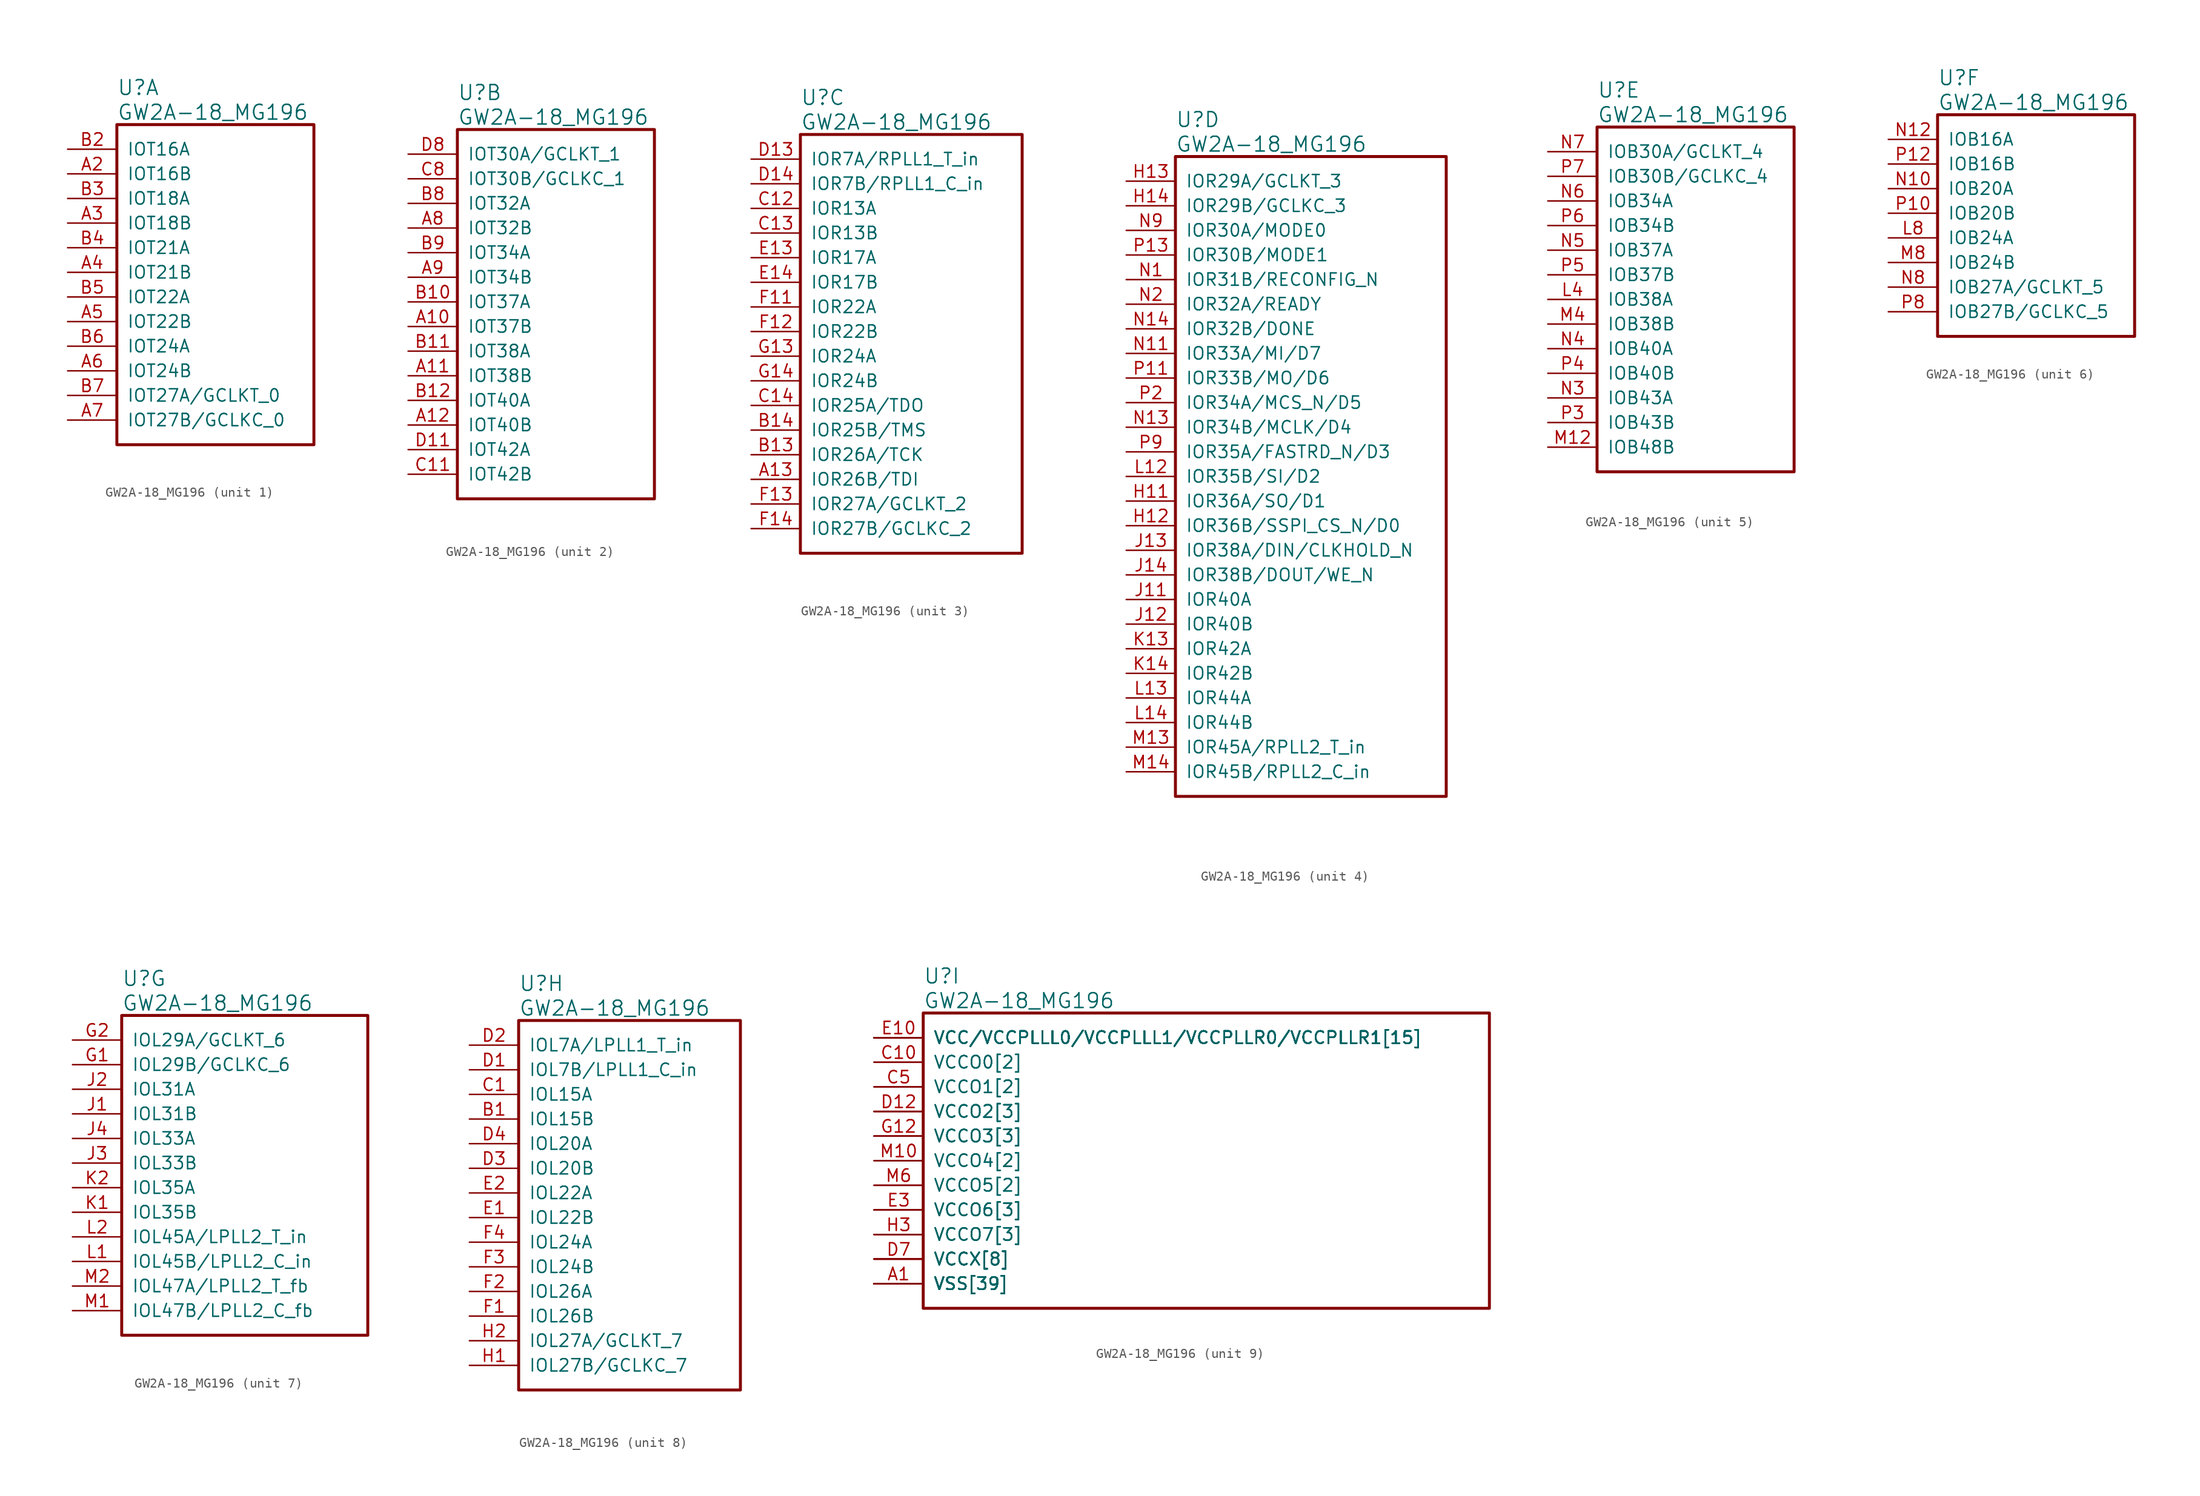
<source format=kicad_sym>
(kicad_symbol_lib
  (version 20220914)
  (generator kicad_symbol_editor)
  (symbol "GW2A-18_MG196"
    (pin_names
      (offset 1.016))
    (property "Reference" "U"
      (at 5.08 6.35 0)
      (effects (font (size 1.524 1.524)) (justify left)))
    (property "Value" "GW2A-18_MG196"
      (at 5.08 3.81 0)
      (effects (font (size 1.524 1.524)) (justify left)))
    (property "ki_locked" ""
      (at 0 0 0)
      (effects (font (size 1.27 1.27))))
    (symbol "GW2A-18_MG196_1_1"
      (rectangle (start 5.08 2.54) (end 25.4 -30.48) (stroke (width 0.305) (type solid)) (fill (type none)))
      (pin bidirectional line (at 0 -2.54 0) (length 5.08) (name "IOT16B" (effects (font (size 1.27 1.27)))) (number "A2" (effects (font (size 1.27 1.27)))))
      (pin bidirectional line (at 0 -7.62 0) (length 5.08) (name "IOT18B" (effects (font (size 1.27 1.27)))) (number "A3" (effects (font (size 1.27 1.27)))))
      (pin bidirectional line (at 0 -12.7 0) (length 5.08) (name "IOT21B" (effects (font (size 1.27 1.27)))) (number "A4" (effects (font (size 1.27 1.27)))))
      (pin bidirectional line (at 0 -17.78 0) (length 5.08) (name "IOT22B" (effects (font (size 1.27 1.27)))) (number "A5" (effects (font (size 1.27 1.27)))))
      (pin bidirectional line (at 0 -22.86 0) (length 5.08) (name "IOT24B" (effects (font (size 1.27 1.27)))) (number "A6" (effects (font (size 1.27 1.27)))))
      (pin bidirectional line (at 0 -27.94 0) (length 5.08) (name "IOT27B/GCLKC_0" (effects (font (size 1.27 1.27)))) (number "A7" (effects (font (size 1.27 1.27)))))
      (pin bidirectional line (at 0 0 0) (length 5.08) (name "IOT16A" (effects (font (size 1.27 1.27)))) (number "B2" (effects (font (size 1.27 1.27)))))
      (pin bidirectional line (at 0 -5.08 0) (length 5.08) (name "IOT18A" (effects (font (size 1.27 1.27)))) (number "B3" (effects (font (size 1.27 1.27)))))
      (pin bidirectional line (at 0 -10.16 0) (length 5.08) (name "IOT21A" (effects (font (size 1.27 1.27)))) (number "B4" (effects (font (size 1.27 1.27)))))
      (pin bidirectional line (at 0 -15.24 0) (length 5.08) (name "IOT22A" (effects (font (size 1.27 1.27)))) (number "B5" (effects (font (size 1.27 1.27)))))
      (pin bidirectional line (at 0 -20.32 0) (length 5.08) (name "IOT24A" (effects (font (size 1.27 1.27)))) (number "B6" (effects (font (size 1.27 1.27)))))
      (pin bidirectional line (at 0 -25.4 0) (length 5.08) (name "IOT27A/GCLKT_0" (effects (font (size 1.27 1.27)))) (number "B7" (effects (font (size 1.27 1.27))))))
    (symbol "GW2A-18_MG196_2_1"
      (rectangle (start 5.08 2.54) (end 25.4 -35.56) (stroke (width 0.305) (type solid)) (fill (type none)))
      (pin bidirectional line (at 0 -17.78 0) (length 5.08) (name "IOT37B" (effects (font (size 1.27 1.27)))) (number "A10" (effects (font (size 1.27 1.27)))))
      (pin bidirectional line (at 0 -22.86 0) (length 5.08) (name "IOT38B" (effects (font (size 1.27 1.27)))) (number "A11" (effects (font (size 1.27 1.27)))))
      (pin bidirectional line (at 0 -27.94 0) (length 5.08) (name "IOT40B" (effects (font (size 1.27 1.27)))) (number "A12" (effects (font (size 1.27 1.27)))))
      (pin bidirectional line (at 0 -7.62 0) (length 5.08) (name "IOT32B" (effects (font (size 1.27 1.27)))) (number "A8" (effects (font (size 1.27 1.27)))))
      (pin bidirectional line (at 0 -12.7 0) (length 5.08) (name "IOT34B" (effects (font (size 1.27 1.27)))) (number "A9" (effects (font (size 1.27 1.27)))))
      (pin bidirectional line (at 0 -15.24 0) (length 5.08) (name "IOT37A" (effects (font (size 1.27 1.27)))) (number "B10" (effects (font (size 1.27 1.27)))))
      (pin bidirectional line (at 0 -20.32 0) (length 5.08) (name "IOT38A" (effects (font (size 1.27 1.27)))) (number "B11" (effects (font (size 1.27 1.27)))))
      (pin bidirectional line (at 0 -25.4 0) (length 5.08) (name "IOT40A" (effects (font (size 1.27 1.27)))) (number "B12" (effects (font (size 1.27 1.27)))))
      (pin bidirectional line (at 0 -5.08 0) (length 5.08) (name "IOT32A" (effects (font (size 1.27 1.27)))) (number "B8" (effects (font (size 1.27 1.27)))))
      (pin bidirectional line (at 0 -10.16 0) (length 5.08) (name "IOT34A" (effects (font (size 1.27 1.27)))) (number "B9" (effects (font (size 1.27 1.27)))))
      (pin bidirectional line (at 0 -33.02 0) (length 5.08) (name "IOT42B" (effects (font (size 1.27 1.27)))) (number "C11" (effects (font (size 1.27 1.27)))))
      (pin bidirectional line (at 0 -2.54 0) (length 5.08) (name "IOT30B/GCLKC_1" (effects (font (size 1.27 1.27)))) (number "C8" (effects (font (size 1.27 1.27)))))
      (pin bidirectional line (at 0 -30.48 0) (length 5.08) (name "IOT42A" (effects (font (size 1.27 1.27)))) (number "D11" (effects (font (size 1.27 1.27)))))
      (pin bidirectional line (at 0 0 0) (length 5.08) (name "IOT30A/GCLKT_1" (effects (font (size 1.27 1.27)))) (number "D8" (effects (font (size 1.27 1.27))))))
    (symbol "GW2A-18_MG196_3_1"
      (rectangle (start 5.08 2.54) (end 27.94 -40.64) (stroke (width 0.305) (type solid)) (fill (type none)))
      (pin bidirectional line (at 0 -33.02 0) (length 5.08) (name "IOR26B/TDI" (effects (font (size 1.27 1.27)))) (number "A13" (effects (font (size 1.27 1.27)))))
      (pin bidirectional line (at 0 -30.48 0) (length 5.08) (name "IOR26A/TCK" (effects (font (size 1.27 1.27)))) (number "B13" (effects (font (size 1.27 1.27)))))
      (pin bidirectional line (at 0 -27.94 0) (length 5.08) (name "IOR25B/TMS" (effects (font (size 1.27 1.27)))) (number "B14" (effects (font (size 1.27 1.27)))))
      (pin bidirectional line (at 0 -5.08 0) (length 5.08) (name "IOR13A" (effects (font (size 1.27 1.27)))) (number "C12" (effects (font (size 1.27 1.27)))))
      (pin bidirectional line (at 0 -7.62 0) (length 5.08) (name "IOR13B" (effects (font (size 1.27 1.27)))) (number "C13" (effects (font (size 1.27 1.27)))))
      (pin bidirectional line (at 0 -25.4 0) (length 5.08) (name "IOR25A/TDO" (effects (font (size 1.27 1.27)))) (number "C14" (effects (font (size 1.27 1.27)))))
      (pin bidirectional line (at 0 0 0) (length 5.08) (name "IOR7A/RPLL1_T_in" (effects (font (size 1.27 1.27)))) (number "D13" (effects (font (size 1.27 1.27)))))
      (pin bidirectional line (at 0 -2.54 0) (length 5.08) (name "IOR7B/RPLL1_C_in" (effects (font (size 1.27 1.27)))) (number "D14" (effects (font (size 1.27 1.27)))))
      (pin bidirectional line (at 0 -10.16 0) (length 5.08) (name "IOR17A" (effects (font (size 1.27 1.27)))) (number "E13" (effects (font (size 1.27 1.27)))))
      (pin bidirectional line (at 0 -12.7 0) (length 5.08) (name "IOR17B" (effects (font (size 1.27 1.27)))) (number "E14" (effects (font (size 1.27 1.27)))))
      (pin bidirectional line (at 0 -15.24 0) (length 5.08) (name "IOR22A" (effects (font (size 1.27 1.27)))) (number "F11" (effects (font (size 1.27 1.27)))))
      (pin bidirectional line (at 0 -17.78 0) (length 5.08) (name "IOR22B" (effects (font (size 1.27 1.27)))) (number "F12" (effects (font (size 1.27 1.27)))))
      (pin bidirectional line (at 0 -35.56 0) (length 5.08) (name "IOR27A/GCLKT_2" (effects (font (size 1.27 1.27)))) (number "F13" (effects (font (size 1.27 1.27)))))
      (pin bidirectional line (at 0 -38.1 0) (length 5.08) (name "IOR27B/GCLKC_2" (effects (font (size 1.27 1.27)))) (number "F14" (effects (font (size 1.27 1.27)))))
      (pin bidirectional line (at 0 -20.32 0) (length 5.08) (name "IOR24A" (effects (font (size 1.27 1.27)))) (number "G13" (effects (font (size 1.27 1.27)))))
      (pin bidirectional line (at 0 -22.86 0) (length 5.08) (name "IOR24B" (effects (font (size 1.27 1.27)))) (number "G14" (effects (font (size 1.27 1.27))))))
    (symbol "GW2A-18_MG196_4_1"
      (rectangle (start 5.08 2.54) (end 33.02 -63.5) (stroke (width 0.305) (type solid)) (fill (type none)))
      (pin bidirectional line (at 0 -33.02 0) (length 5.08) (name "IOR36A/SO/D1" (effects (font (size 1.27 1.27)))) (number "H11" (effects (font (size 1.27 1.27)))))
      (pin bidirectional line (at 0 -35.56 0) (length 5.08) (name "IOR36B/SSPI_CS_N/D0" (effects (font (size 1.27 1.27)))) (number "H12" (effects (font (size 1.27 1.27)))))
      (pin bidirectional line (at 0 0 0) (length 5.08) (name "IOR29A/GCLKT_3" (effects (font (size 1.27 1.27)))) (number "H13" (effects (font (size 1.27 1.27)))))
      (pin bidirectional line (at 0 -2.54 0) (length 5.08) (name "IOR29B/GCLKC_3" (effects (font (size 1.27 1.27)))) (number "H14" (effects (font (size 1.27 1.27)))))
      (pin bidirectional line (at 0 -43.18 0) (length 5.08) (name "IOR40A" (effects (font (size 1.27 1.27)))) (number "J11" (effects (font (size 1.27 1.27)))))
      (pin bidirectional line (at 0 -45.72 0) (length 5.08) (name "IOR40B" (effects (font (size 1.27 1.27)))) (number "J12" (effects (font (size 1.27 1.27)))))
      (pin bidirectional line (at 0 -38.1 0) (length 5.08) (name "IOR38A/DIN/CLKHOLD_N" (effects (font (size 1.27 1.27)))) (number "J13" (effects (font (size 1.27 1.27)))))
      (pin bidirectional line (at 0 -40.64 0) (length 5.08) (name "IOR38B/DOUT/WE_N" (effects (font (size 1.27 1.27)))) (number "J14" (effects (font (size 1.27 1.27)))))
      (pin bidirectional line (at 0 -48.26 0) (length 5.08) (name "IOR42A" (effects (font (size 1.27 1.27)))) (number "K13" (effects (font (size 1.27 1.27)))))
      (pin bidirectional line (at 0 -50.8 0) (length 5.08) (name "IOR42B" (effects (font (size 1.27 1.27)))) (number "K14" (effects (font (size 1.27 1.27)))))
      (pin bidirectional line (at 0 -30.48 0) (length 5.08) (name "IOR35B/SI/D2" (effects (font (size 1.27 1.27)))) (number "L12" (effects (font (size 1.27 1.27)))))
      (pin bidirectional line (at 0 -53.34 0) (length 5.08) (name "IOR44A" (effects (font (size 1.27 1.27)))) (number "L13" (effects (font (size 1.27 1.27)))))
      (pin bidirectional line (at 0 -55.88 0) (length 5.08) (name "IOR44B" (effects (font (size 1.27 1.27)))) (number "L14" (effects (font (size 1.27 1.27)))))
      (pin bidirectional line (at 0 -58.42 0) (length 5.08) (name "IOR45A/RPLL2_T_in" (effects (font (size 1.27 1.27)))) (number "M13" (effects (font (size 1.27 1.27)))))
      (pin bidirectional line (at 0 -60.96 0) (length 5.08) (name "IOR45B/RPLL2_C_in" (effects (font (size 1.27 1.27)))) (number "M14" (effects (font (size 1.27 1.27)))))
      (pin bidirectional line (at 0 -10.16 0) (length 5.08) (name "IOR31B/RECONFIG_N" (effects (font (size 1.27 1.27)))) (number "N1" (effects (font (size 1.27 1.27)))))
      (pin bidirectional line (at 0 -17.78 0) (length 5.08) (name "IOR33A/MI/D7" (effects (font (size 1.27 1.27)))) (number "N11" (effects (font (size 1.27 1.27)))))
      (pin bidirectional line (at 0 -25.4 0) (length 5.08) (name "IOR34B/MCLK/D4" (effects (font (size 1.27 1.27)))) (number "N13" (effects (font (size 1.27 1.27)))))
      (pin bidirectional line (at 0 -15.24 0) (length 5.08) (name "IOR32B/DONE" (effects (font (size 1.27 1.27)))) (number "N14" (effects (font (size 1.27 1.27)))))
      (pin bidirectional line (at 0 -12.7 0) (length 5.08) (name "IOR32A/READY" (effects (font (size 1.27 1.27)))) (number "N2" (effects (font (size 1.27 1.27)))))
      (pin bidirectional line (at 0 -5.08 0) (length 5.08) (name "IOR30A/MODE0" (effects (font (size 1.27 1.27)))) (number "N9" (effects (font (size 1.27 1.27)))))
      (pin bidirectional line (at 0 -20.32 0) (length 5.08) (name "IOR33B/MO/D6" (effects (font (size 1.27 1.27)))) (number "P11" (effects (font (size 1.27 1.27)))))
      (pin bidirectional line (at 0 -7.62 0) (length 5.08) (name "IOR30B/MODE1" (effects (font (size 1.27 1.27)))) (number "P13" (effects (font (size 1.27 1.27)))))
      (pin bidirectional line (at 0 -22.86 0) (length 5.08) (name "IOR34A/MCS_N/D5" (effects (font (size 1.27 1.27)))) (number "P2" (effects (font (size 1.27 1.27)))))
      (pin bidirectional line (at 0 -27.94 0) (length 5.08) (name "IOR35A/FASTRD_N/D3" (effects (font (size 1.27 1.27)))) (number "P9" (effects (font (size 1.27 1.27))))))
    (symbol "GW2A-18_MG196_5_1"
      (rectangle (start 5.08 2.54) (end 25.4 -33.02) (stroke (width 0.305) (type solid)) (fill (type none)))
      (pin bidirectional line (at 0 -15.24 0) (length 5.08) (name "IOB38A" (effects (font (size 1.27 1.27)))) (number "L4" (effects (font (size 1.27 1.27)))))
      (pin bidirectional line (at 0 -30.48 0) (length 5.08) (name "IOB48B" (effects (font (size 1.27 1.27)))) (number "M12" (effects (font (size 1.27 1.27)))))
      (pin bidirectional line (at 0 -17.78 0) (length 5.08) (name "IOB38B" (effects (font (size 1.27 1.27)))) (number "M4" (effects (font (size 1.27 1.27)))))
      (pin bidirectional line (at 0 -25.4 0) (length 5.08) (name "IOB43A" (effects (font (size 1.27 1.27)))) (number "N3" (effects (font (size 1.27 1.27)))))
      (pin bidirectional line (at 0 -20.32 0) (length 5.08) (name "IOB40A" (effects (font (size 1.27 1.27)))) (number "N4" (effects (font (size 1.27 1.27)))))
      (pin bidirectional line (at 0 -10.16 0) (length 5.08) (name "IOB37A" (effects (font (size 1.27 1.27)))) (number "N5" (effects (font (size 1.27 1.27)))))
      (pin bidirectional line (at 0 -5.08 0) (length 5.08) (name "IOB34A" (effects (font (size 1.27 1.27)))) (number "N6" (effects (font (size 1.27 1.27)))))
      (pin bidirectional line (at 0 0 0) (length 5.08) (name "IOB30A/GCLKT_4" (effects (font (size 1.27 1.27)))) (number "N7" (effects (font (size 1.27 1.27)))))
      (pin bidirectional line (at 0 -27.94 0) (length 5.08) (name "IOB43B" (effects (font (size 1.27 1.27)))) (number "P3" (effects (font (size 1.27 1.27)))))
      (pin bidirectional line (at 0 -22.86 0) (length 5.08) (name "IOB40B" (effects (font (size 1.27 1.27)))) (number "P4" (effects (font (size 1.27 1.27)))))
      (pin bidirectional line (at 0 -12.7 0) (length 5.08) (name "IOB37B" (effects (font (size 1.27 1.27)))) (number "P5" (effects (font (size 1.27 1.27)))))
      (pin bidirectional line (at 0 -7.62 0) (length 5.08) (name "IOB34B" (effects (font (size 1.27 1.27)))) (number "P6" (effects (font (size 1.27 1.27)))))
      (pin bidirectional line (at 0 -2.54 0) (length 5.08) (name "IOB30B/GCLKC_4" (effects (font (size 1.27 1.27)))) (number "P7" (effects (font (size 1.27 1.27))))))
    (symbol "GW2A-18_MG196_6_1"
      (rectangle (start 5.08 2.54) (end 25.4 -20.32) (stroke (width 0.305) (type solid)) (fill (type none)))
      (pin bidirectional line (at 0 -10.16 0) (length 5.08) (name "IOB24A" (effects (font (size 1.27 1.27)))) (number "L8" (effects (font (size 1.27 1.27)))))
      (pin bidirectional line (at 0 -12.7 0) (length 5.08) (name "IOB24B" (effects (font (size 1.27 1.27)))) (number "M8" (effects (font (size 1.27 1.27)))))
      (pin bidirectional line (at 0 -5.08 0) (length 5.08) (name "IOB20A" (effects (font (size 1.27 1.27)))) (number "N10" (effects (font (size 1.27 1.27)))))
      (pin bidirectional line (at 0 0 0) (length 5.08) (name "IOB16A" (effects (font (size 1.27 1.27)))) (number "N12" (effects (font (size 1.27 1.27)))))
      (pin bidirectional line (at 0 -15.24 0) (length 5.08) (name "IOB27A/GCLKT_5" (effects (font (size 1.27 1.27)))) (number "N8" (effects (font (size 1.27 1.27)))))
      (pin bidirectional line (at 0 -7.62 0) (length 5.08) (name "IOB20B" (effects (font (size 1.27 1.27)))) (number "P10" (effects (font (size 1.27 1.27)))))
      (pin bidirectional line (at 0 -2.54 0) (length 5.08) (name "IOB16B" (effects (font (size 1.27 1.27)))) (number "P12" (effects (font (size 1.27 1.27)))))
      (pin bidirectional line (at 0 -17.78 0) (length 5.08) (name "IOB27B/GCLKC_5" (effects (font (size 1.27 1.27)))) (number "P8" (effects (font (size 1.27 1.27))))))
    (symbol "GW2A-18_MG196_7_1"
      (rectangle (start 5.08 2.54) (end 30.48 -30.48) (stroke (width 0.305) (type solid)) (fill (type none)))
      (pin bidirectional line (at 0 -2.54 0) (length 5.08) (name "IOL29B/GCLKC_6" (effects (font (size 1.27 1.27)))) (number "G1" (effects (font (size 1.27 1.27)))))
      (pin bidirectional line (at 0 0 0) (length 5.08) (name "IOL29A/GCLKT_6" (effects (font (size 1.27 1.27)))) (number "G2" (effects (font (size 1.27 1.27)))))
      (pin bidirectional line (at 0 -7.62 0) (length 5.08) (name "IOL31B" (effects (font (size 1.27 1.27)))) (number "J1" (effects (font (size 1.27 1.27)))))
      (pin bidirectional line (at 0 -5.08 0) (length 5.08) (name "IOL31A" (effects (font (size 1.27 1.27)))) (number "J2" (effects (font (size 1.27 1.27)))))
      (pin bidirectional line (at 0 -12.7 0) (length 5.08) (name "IOL33B" (effects (font (size 1.27 1.27)))) (number "J3" (effects (font (size 1.27 1.27)))))
      (pin bidirectional line (at 0 -10.16 0) (length 5.08) (name "IOL33A" (effects (font (size 1.27 1.27)))) (number "J4" (effects (font (size 1.27 1.27)))))
      (pin bidirectional line (at 0 -17.78 0) (length 5.08) (name "IOL35B" (effects (font (size 1.27 1.27)))) (number "K1" (effects (font (size 1.27 1.27)))))
      (pin bidirectional line (at 0 -15.24 0) (length 5.08) (name "IOL35A" (effects (font (size 1.27 1.27)))) (number "K2" (effects (font (size 1.27 1.27)))))
      (pin bidirectional line (at 0 -22.86 0) (length 5.08) (name "IOL45B/LPLL2_C_in" (effects (font (size 1.27 1.27)))) (number "L1" (effects (font (size 1.27 1.27)))))
      (pin bidirectional line (at 0 -20.32 0) (length 5.08) (name "IOL45A/LPLL2_T_in" (effects (font (size 1.27 1.27)))) (number "L2" (effects (font (size 1.27 1.27)))))
      (pin bidirectional line (at 0 -27.94 0) (length 5.08) (name "IOL47B/LPLL2_C_fb" (effects (font (size 1.27 1.27)))) (number "M1" (effects (font (size 1.27 1.27)))))
      (pin bidirectional line (at 0 -25.4 0) (length 5.08) (name "IOL47A/LPLL2_T_fb" (effects (font (size 1.27 1.27)))) (number "M2" (effects (font (size 1.27 1.27))))))
    (symbol "GW2A-18_MG196_8_1"
      (rectangle (start 5.08 2.54) (end 27.94 -35.56) (stroke (width 0.305) (type solid)) (fill (type none)))
      (pin bidirectional line (at 0 -7.62 0) (length 5.08) (name "IOL15B" (effects (font (size 1.27 1.27)))) (number "B1" (effects (font (size 1.27 1.27)))))
      (pin bidirectional line (at 0 -5.08 0) (length 5.08) (name "IOL15A" (effects (font (size 1.27 1.27)))) (number "C1" (effects (font (size 1.27 1.27)))))
      (pin bidirectional line (at 0 -2.54 0) (length 5.08) (name "IOL7B/LPLL1_C_in" (effects (font (size 1.27 1.27)))) (number "D1" (effects (font (size 1.27 1.27)))))
      (pin bidirectional line (at 0 0 0) (length 5.08) (name "IOL7A/LPLL1_T_in" (effects (font (size 1.27 1.27)))) (number "D2" (effects (font (size 1.27 1.27)))))
      (pin bidirectional line (at 0 -12.7 0) (length 5.08) (name "IOL20B" (effects (font (size 1.27 1.27)))) (number "D3" (effects (font (size 1.27 1.27)))))
      (pin bidirectional line (at 0 -10.16 0) (length 5.08) (name "IOL20A" (effects (font (size 1.27 1.27)))) (number "D4" (effects (font (size 1.27 1.27)))))
      (pin bidirectional line (at 0 -17.78 0) (length 5.08) (name "IOL22B" (effects (font (size 1.27 1.27)))) (number "E1" (effects (font (size 1.27 1.27)))))
      (pin bidirectional line (at 0 -15.24 0) (length 5.08) (name "IOL22A" (effects (font (size 1.27 1.27)))) (number "E2" (effects (font (size 1.27 1.27)))))
      (pin bidirectional line (at 0 -27.94 0) (length 5.08) (name "IOL26B" (effects (font (size 1.27 1.27)))) (number "F1" (effects (font (size 1.27 1.27)))))
      (pin bidirectional line (at 0 -25.4 0) (length 5.08) (name "IOL26A" (effects (font (size 1.27 1.27)))) (number "F2" (effects (font (size 1.27 1.27)))))
      (pin bidirectional line (at 0 -22.86 0) (length 5.08) (name "IOL24B" (effects (font (size 1.27 1.27)))) (number "F3" (effects (font (size 1.27 1.27)))))
      (pin bidirectional line (at 0 -20.32 0) (length 5.08) (name "IOL24A" (effects (font (size 1.27 1.27)))) (number "F4" (effects (font (size 1.27 1.27)))))
      (pin bidirectional line (at 0 -33.02 0) (length 5.08) (name "IOL27B/GCLKC_7" (effects (font (size 1.27 1.27)))) (number "H1" (effects (font (size 1.27 1.27)))))
      (pin bidirectional line (at 0 -30.48 0) (length 5.08) (name "IOL27A/GCLKT_7" (effects (font (size 1.27 1.27)))) (number "H2" (effects (font (size 1.27 1.27))))))
    (symbol "GW2A-18_MG196_9_1"
      (rectangle (start 5.08 2.54) (end 63.5 -27.94) (stroke (width 0.305) (type solid)) (fill (type none)))
      (pin power_in line (at 0 -25.4 0) (length 5.08) (name "VSS[39]" (effects (font (size 1.27 1.27)))) (number "A1" (effects (font (size 1.27 1.27)))))
      (pin power_in line (at 0 -25.4 0) (length 5.08) (name "VSS[39]" (effects (font (size 1.27 1.27)))) (number "A14" (effects (font (size 0 0)))))
      (pin power_in line (at 0 -2.54 0) (length 5.08) (name "VCCO0[2]" (effects (font (size 1.27 1.27)))) (number "C10" (effects (font (size 1.27 1.27)))))
      (pin power_in line (at 0 -25.4 0) (length 5.08) (name "VSS[39]" (effects (font (size 1.27 1.27)))) (number "C2" (effects (font (size 0 0)))))
      (pin power_in line (at 0 -25.4 0) (length 5.08) (name "VSS[39]" (effects (font (size 1.27 1.27)))) (number "C3" (effects (font (size 0 0)))))
      (pin power_in line (at 0 -2.54 0) (length 5.08) (name "VCCO0[2]" (effects (font (size 1.27 1.27)))) (number "C4" (effects (font (size 0 0)))))
      (pin power_in line (at 0 -5.08 0) (length 5.08) (name "VCCO1[2]" (effects (font (size 1.27 1.27)))) (number "C5" (effects (font (size 1.27 1.27)))))
      (pin power_in line (at 0 -25.4 0) (length 5.08) (name "VSS[39]" (effects (font (size 1.27 1.27)))) (number "C6" (effects (font (size 0 0)))))
      (pin power_in line (at 0 -25.4 0) (length 5.08) (name "VSS[39]" (effects (font (size 1.27 1.27)))) (number "C7" (effects (font (size 0 0)))))
      (pin power_in line (at 0 -5.08 0) (length 5.08) (name "VCCO1[2]" (effects (font (size 1.27 1.27)))) (number "C9" (effects (font (size 0 0)))))
      (pin power_in line (at 0 -25.4 0) (length 5.08) (name "VSS[39]" (effects (font (size 1.27 1.27)))) (number "D10" (effects (font (size 0 0)))))
      (pin power_in line (at 0 -7.62 0) (length 5.08) (name "VCCO2[3]" (effects (font (size 1.27 1.27)))) (number "D12" (effects (font (size 1.27 1.27)))))
      (pin power_in line (at 0 -25.4 0) (length 5.08) (name "VSS[39]" (effects (font (size 1.27 1.27)))) (number "D5" (effects (font (size 0 0)))))
      (pin power_in line (at 0 -25.4 0) (length 5.08) (name "VSS[39]" (effects (font (size 1.27 1.27)))) (number "D6" (effects (font (size 0 0)))))
      (pin power_in line (at 0 -22.86 0) (length 5.08) (name "VCCX[8]" (effects (font (size 1.27 1.27)))) (number "D7" (effects (font (size 1.27 1.27)))))
      (pin power_in line (at 0 -25.4 0) (length 5.08) (name "VSS[39]" (effects (font (size 1.27 1.27)))) (number "D9" (effects (font (size 0 0)))))
      (pin power_in line (at 0 0 0) (length 5.08) (name "VCC/VCCPLLL0/VCCPLLL1/VCCPLLR0/VCCPLLR1[15]" (effects (font (size 1.27 1.27)))) (number "E10" (effects (font (size 1.27 1.27)))))
      (pin power_in line (at 0 -25.4 0) (length 5.08) (name "VSS[39]" (effects (font (size 1.27 1.27)))) (number "E11" (effects (font (size 0 0)))))
      (pin power_in line (at 0 -7.62 0) (length 5.08) (name "VCCO2[3]" (effects (font (size 1.27 1.27)))) (number "E12" (effects (font (size 0 0)))))
      (pin power_in line (at 0 -17.78 0) (length 5.08) (name "VCCO6[3]" (effects (font (size 1.27 1.27)))) (number "E3" (effects (font (size 1.27 1.27)))))
      (pin power_in line (at 0 -17.78 0) (length 5.08) (name "VCCO6[3]" (effects (font (size 1.27 1.27)))) (number "E4" (effects (font (size 0 0)))))
      (pin power_in line (at 0 0 0) (length 5.08) (name "VCC/VCCPLLL0/VCCPLLL1/VCCPLLR0/VCCPLLR1[15]" (effects (font (size 1.27 1.27)))) (number "E5" (effects (font (size 0 0)))))
      (pin power_in line (at 0 0 0) (length 5.08) (name "VCC/VCCPLLL0/VCCPLLL1/VCCPLLR0/VCCPLLR1[15]" (effects (font (size 1.27 1.27)))) (number "E6" (effects (font (size 0 0)))))
      (pin power_in line (at 0 -22.86 0) (length 5.08) (name "VCCX[8]" (effects (font (size 1.27 1.27)))) (number "E7" (effects (font (size 0 0)))))
      (pin power_in line (at 0 -25.4 0) (length 5.08) (name "VSS[39]" (effects (font (size 1.27 1.27)))) (number "E8" (effects (font (size 0 0)))))
      (pin power_in line (at 0 0 0) (length 5.08) (name "VCC/VCCPLLL0/VCCPLLL1/VCCPLLR0/VCCPLLR1[15]" (effects (font (size 1.27 1.27)))) (number "E9" (effects (font (size 0 0)))))
      (pin power_in line (at 0 0 0) (length 5.08) (name "VCC/VCCPLLL0/VCCPLLL1/VCCPLLR0/VCCPLLR1[15]" (effects (font (size 1.27 1.27)))) (number "F10" (effects (font (size 0 0)))))
      (pin power_in line (at 0 0 0) (length 5.08) (name "VCC/VCCPLLL0/VCCPLLL1/VCCPLLR0/VCCPLLR1[15]" (effects (font (size 1.27 1.27)))) (number "F5" (effects (font (size 0 0)))))
      (pin power_in line (at 0 0 0) (length 5.08) (name "VCC/VCCPLLL0/VCCPLLL1/VCCPLLR0/VCCPLLR1[15]" (effects (font (size 1.27 1.27)))) (number "F6" (effects (font (size 0 0)))))
      (pin power_in line (at 0 -25.4 0) (length 5.08) (name "VSS[39]" (effects (font (size 1.27 1.27)))) (number "F7" (effects (font (size 0 0)))))
      (pin power_in line (at 0 -25.4 0) (length 5.08) (name "VSS[39]" (effects (font (size 1.27 1.27)))) (number "F8" (effects (font (size 0 0)))))
      (pin power_in line (at 0 0 0) (length 5.08) (name "VCC/VCCPLLL0/VCCPLLL1/VCCPLLR0/VCCPLLR1[15]" (effects (font (size 1.27 1.27)))) (number "F9" (effects (font (size 0 0)))))
      (pin power_in line (at 0 -22.86 0) (length 5.08) (name "VCCX[8]" (effects (font (size 1.27 1.27)))) (number "G10" (effects (font (size 0 0)))))
      (pin power_in line (at 0 -7.62 0) (length 5.08) (name "VCCO2[3]" (effects (font (size 1.27 1.27)))) (number "G11" (effects (font (size 0 0)))))
      (pin power_in line (at 0 -10.16 0) (length 5.08) (name "VCCO3[3]" (effects (font (size 1.27 1.27)))) (number "G12" (effects (font (size 1.27 1.27)))))
      (pin power_in line (at 0 -17.78 0) (length 5.08) (name "VCCO6[3]" (effects (font (size 1.27 1.27)))) (number "G3" (effects (font (size 0 0)))))
      (pin power_in line (at 0 -25.4 0) (length 5.08) (name "VSS[39]" (effects (font (size 1.27 1.27)))) (number "G4" (effects (font (size 0 0)))))
      (pin power_in line (at 0 -25.4 0) (length 5.08) (name "VSS[39]" (effects (font (size 1.27 1.27)))) (number "G5" (effects (font (size 0 0)))))
      (pin power_in line (at 0 -25.4 0) (length 5.08) (name "VSS[39]" (effects (font (size 1.27 1.27)))) (number "G6" (effects (font (size 0 0)))))
      (pin power_in line (at 0 -25.4 0) (length 5.08) (name "VSS[39]" (effects (font (size 1.27 1.27)))) (number "G7" (effects (font (size 0 0)))))
      (pin power_in line (at 0 -25.4 0) (length 5.08) (name "VSS[39]" (effects (font (size 1.27 1.27)))) (number "G8" (effects (font (size 0 0)))))
      (pin power_in line (at 0 -22.86 0) (length 5.08) (name "VCCX[8]" (effects (font (size 1.27 1.27)))) (number "G9" (effects (font (size 0 0)))))
      (pin power_in line (at 0 -25.4 0) (length 5.08) (name "VSS[39]" (effects (font (size 1.27 1.27)))) (number "H10" (effects (font (size 0 0)))))
      (pin power_in line (at 0 -20.32 0) (length 5.08) (name "VCCO7[3]" (effects (font (size 1.27 1.27)))) (number "H3" (effects (font (size 1.27 1.27)))))
      (pin power_in line (at 0 -25.4 0) (length 5.08) (name "VSS[39]" (effects (font (size 1.27 1.27)))) (number "H4" (effects (font (size 0 0)))))
      (pin power_in line (at 0 -22.86 0) (length 5.08) (name "VCCX[8]" (effects (font (size 1.27 1.27)))) (number "H5" (effects (font (size 0 0)))))
      (pin power_in line (at 0 -22.86 0) (length 5.08) (name "VCCX[8]" (effects (font (size 1.27 1.27)))) (number "H6" (effects (font (size 0 0)))))
      (pin power_in line (at 0 -25.4 0) (length 5.08) (name "VSS[39]" (effects (font (size 1.27 1.27)))) (number "H7" (effects (font (size 0 0)))))
      (pin power_in line (at 0 -25.4 0) (length 5.08) (name "VSS[39]" (effects (font (size 1.27 1.27)))) (number "H8" (effects (font (size 0 0)))))
      (pin power_in line (at 0 -25.4 0) (length 5.08) (name "VSS[39]" (effects (font (size 1.27 1.27)))) (number "H9" (effects (font (size 0 0)))))
      (pin power_in line (at 0 -25.4 0) (length 5.08) (name "VSS[39]" (effects (font (size 1.27 1.27)))) (number "J10" (effects (font (size 0 0)))))
      (pin power_in line (at 0 0 0) (length 5.08) (name "VCC/VCCPLLL0/VCCPLLL1/VCCPLLR0/VCCPLLR1[15]" (effects (font (size 1.27 1.27)))) (number "J5" (effects (font (size 0 0)))))
      (pin power_in line (at 0 0 0) (length 5.08) (name "VCC/VCCPLLL0/VCCPLLL1/VCCPLLR0/VCCPLLR1[15]" (effects (font (size 1.27 1.27)))) (number "J6" (effects (font (size 0 0)))))
      (pin power_in line (at 0 -25.4 0) (length 5.08) (name "VSS[39]" (effects (font (size 1.27 1.27)))) (number "J7" (effects (font (size 0 0)))))
      (pin power_in line (at 0 -25.4 0) (length 5.08) (name "VSS[39]" (effects (font (size 1.27 1.27)))) (number "J8" (effects (font (size 0 0)))))
      (pin power_in line (at 0 0 0) (length 5.08) (name "VCC/VCCPLLL0/VCCPLLL1/VCCPLLR0/VCCPLLR1[15]" (effects (font (size 1.27 1.27)))) (number "J9" (effects (font (size 0 0)))))
      (pin power_in line (at 0 0 0) (length 5.08) (name "VCC/VCCPLLL0/VCCPLLL1/VCCPLLR0/VCCPLLR1[15]" (effects (font (size 1.27 1.27)))) (number "K10" (effects (font (size 0 0)))))
      (pin power_in line (at 0 -10.16 0) (length 5.08) (name "VCCO3[3]" (effects (font (size 1.27 1.27)))) (number "K11" (effects (font (size 0 0)))))
      (pin power_in line (at 0 -10.16 0) (length 5.08) (name "VCCO3[3]" (effects (font (size 1.27 1.27)))) (number "K12" (effects (font (size 0 0)))))
      (pin power_in line (at 0 -20.32 0) (length 5.08) (name "VCCO7[3]" (effects (font (size 1.27 1.27)))) (number "K3" (effects (font (size 0 0)))))
      (pin power_in line (at 0 -20.32 0) (length 5.08) (name "VCCO7[3]" (effects (font (size 1.27 1.27)))) (number "K4" (effects (font (size 0 0)))))
      (pin power_in line (at 0 0 0) (length 5.08) (name "VCC/VCCPLLL0/VCCPLLL1/VCCPLLR0/VCCPLLR1[15]" (effects (font (size 1.27 1.27)))) (number "K5" (effects (font (size 0 0)))))
      (pin power_in line (at 0 0 0) (length 5.08) (name "VCC/VCCPLLL0/VCCPLLL1/VCCPLLR0/VCCPLLR1[15]" (effects (font (size 1.27 1.27)))) (number "K6" (effects (font (size 0 0)))))
      (pin power_in line (at 0 -22.86 0) (length 5.08) (name "VCCX[8]" (effects (font (size 1.27 1.27)))) (number "K7" (effects (font (size 0 0)))))
      (pin power_in line (at 0 -25.4 0) (length 5.08) (name "VSS[39]" (effects (font (size 1.27 1.27)))) (number "K8" (effects (font (size 0 0)))))
      (pin power_in line (at 0 0 0) (length 5.08) (name "VCC/VCCPLLL0/VCCPLLL1/VCCPLLR0/VCCPLLR1[15]" (effects (font (size 1.27 1.27)))) (number "K9" (effects (font (size 0 0)))))
      (pin power_in line (at 0 -25.4 0) (length 5.08) (name "VSS[39]" (effects (font (size 1.27 1.27)))) (number "L10" (effects (font (size 0 0)))))
      (pin power_in line (at 0 -25.4 0) (length 5.08) (name "VSS[39]" (effects (font (size 1.27 1.27)))) (number "L11" (effects (font (size 0 0)))))
      (pin power_in line (at 0 -25.4 0) (length 5.08) (name "VSS[39]" (effects (font (size 1.27 1.27)))) (number "L3" (effects (font (size 0 0)))))
      (pin power_in line (at 0 -25.4 0) (length 5.08) (name "VSS[39]" (effects (font (size 1.27 1.27)))) (number "L5" (effects (font (size 0 0)))))
      (pin power_in line (at 0 -25.4 0) (length 5.08) (name "VSS[39]" (effects (font (size 1.27 1.27)))) (number "L6" (effects (font (size 0 0)))))
      (pin power_in line (at 0 -22.86 0) (length 5.08) (name "VCCX[8]" (effects (font (size 1.27 1.27)))) (number "L7" (effects (font (size 0 0)))))
      (pin power_in line (at 0 -25.4 0) (length 5.08) (name "VSS[39]" (effects (font (size 1.27 1.27)))) (number "L9" (effects (font (size 0 0)))))
      (pin power_in line (at 0 -12.7 0) (length 5.08) (name "VCCO4[2]" (effects (font (size 1.27 1.27)))) (number "M10" (effects (font (size 1.27 1.27)))))
      (pin power_in line (at 0 -25.4 0) (length 5.08) (name "VSS[39]" (effects (font (size 1.27 1.27)))) (number "M11" (effects (font (size 0 0)))))
      (pin power_in line (at 0 -25.4 0) (length 5.08) (name "VSS[39]" (effects (font (size 1.27 1.27)))) (number "M3" (effects (font (size 0 0)))))
      (pin power_in line (at 0 -12.7 0) (length 5.08) (name "VCCO4[2]" (effects (font (size 1.27 1.27)))) (number "M5" (effects (font (size 0 0)))))
      (pin power_in line (at 0 -15.24 0) (length 5.08) (name "VCCO5[2]" (effects (font (size 1.27 1.27)))) (number "M6" (effects (font (size 1.27 1.27)))))
      (pin power_in line (at 0 -25.4 0) (length 5.08) (name "VSS[39]" (effects (font (size 1.27 1.27)))) (number "M7" (effects (font (size 0 0)))))
      (pin power_in line (at 0 -15.24 0) (length 5.08) (name "VCCO5[2]" (effects (font (size 1.27 1.27)))) (number "M9" (effects (font (size 0 0)))))
      (pin power_in line (at 0 -25.4 0) (length 5.08) (name "VSS[39]" (effects (font (size 1.27 1.27)))) (number "P1" (effects (font (size 0 0)))))
      (pin power_in line (at 0 -25.4 0) (length 5.08) (name "VSS[39]" (effects (font (size 1.27 1.27)))) (number "P14" (effects (font (size 0 0))))))))
</source>
